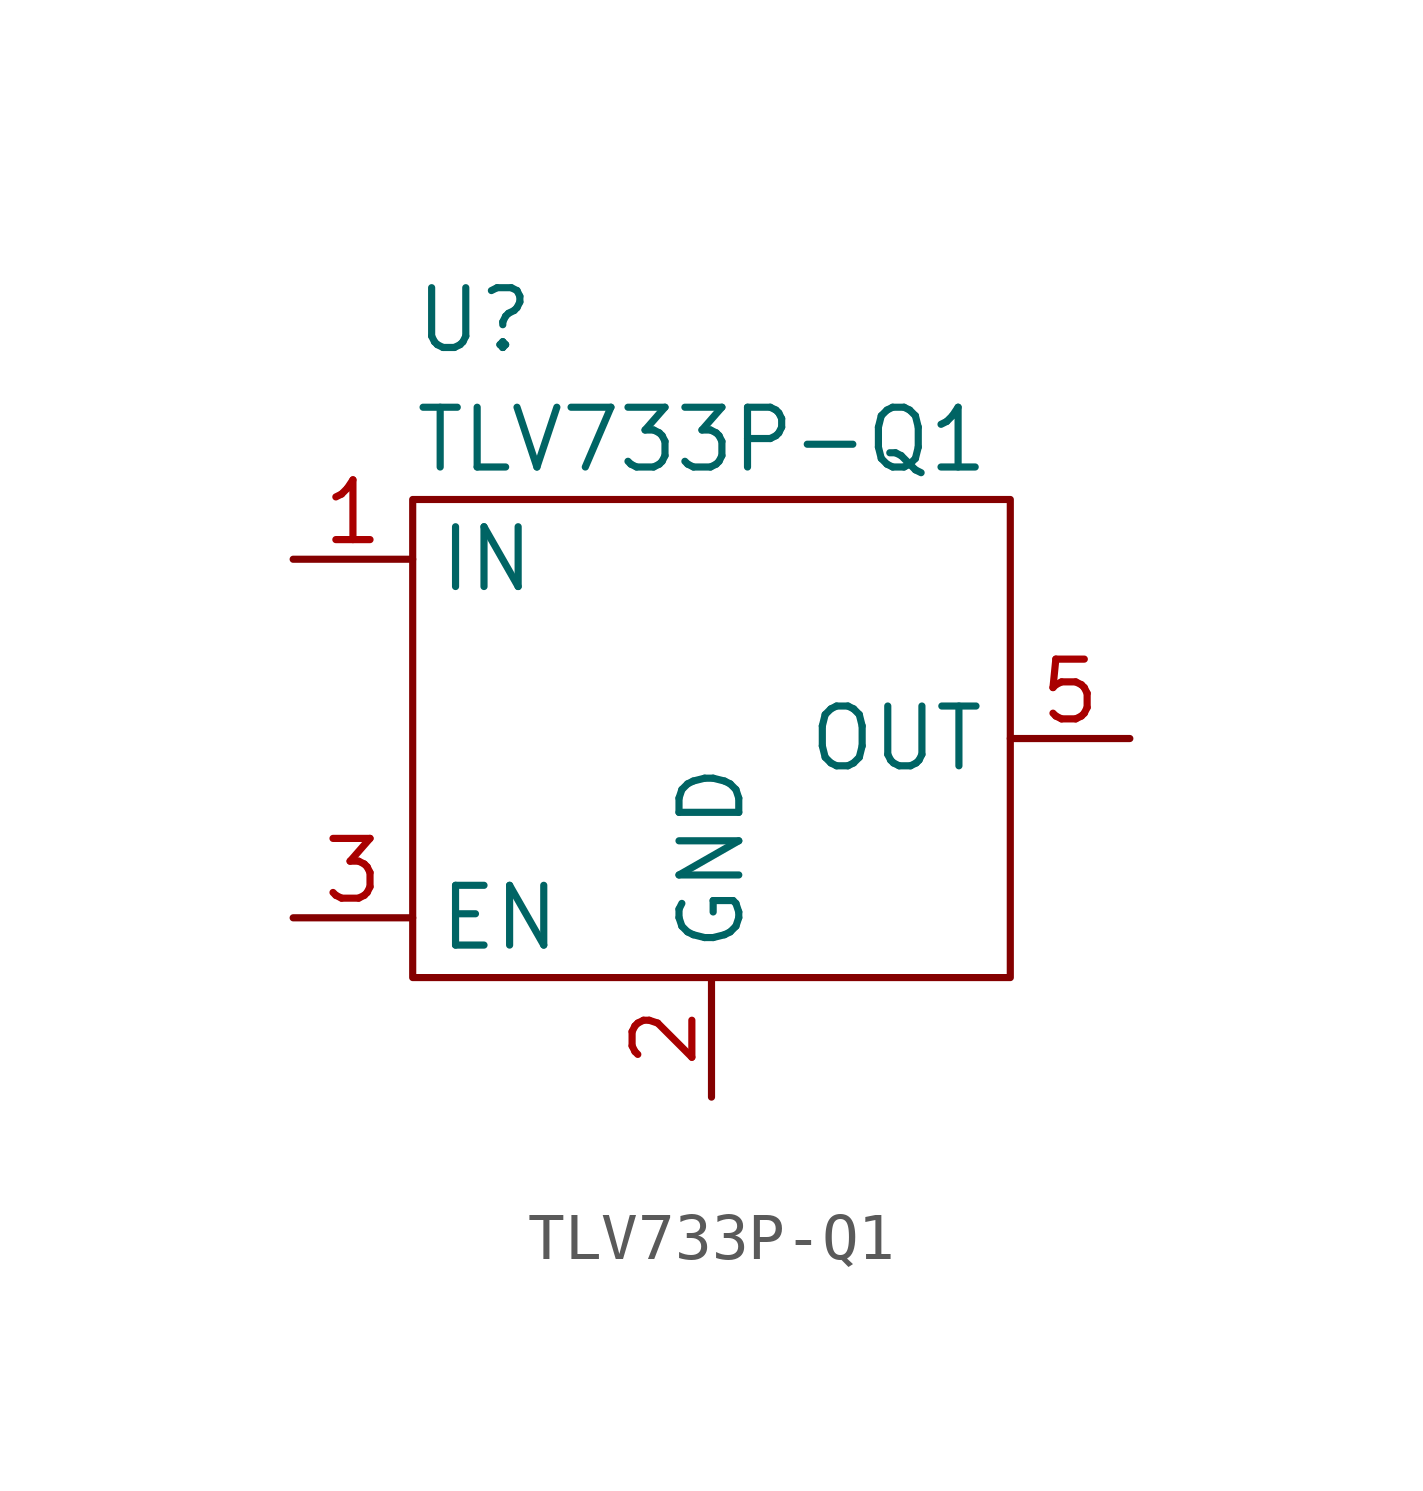
<source format=kicad_sym>
(kicad_symbol_lib
  (version 20211014)
  (generator kicad_symbol_editor)
  (symbol "TLV733P-Q1"
    (property "Reference" "U"
      (at -7.62 8.89 0)
      (effects (font (size 1.27 1.27)) (justify left)))
    (property "Value" "TLV733P-Q1"
      (at -7.62 6.35 0)
      (effects (font (size 1.27 1.27)) (justify left)))
    (symbol "TLV733P-Q1_0_1"
      (rectangle (start -7.62 5.08) (end 5.08 -5.08) (stroke (width 0.152) (type default) (color 0 0 0 0)) (fill (type none))))
    (symbol "TLV733P-Q1_1_1"
      (pin input line (at -10.16 3.81 0) (length 2.54) (name "IN" (effects (font (size 1.27 1.27)))) (number "1" (effects (font (size 1.27 1.27)))))
      (pin input line (at -1.27 -7.62 90) (length 2.54) (name "GND" (effects (font (size 1.27 1.27)))) (number "2" (effects (font (size 1.27 1.27)))))
      (pin input line (at -10.16 -3.81 0) (length 2.54) (name "EN" (effects (font (size 1.27 1.27)))) (number "3" (effects (font (size 1.27 1.27)))))
      (pin no_connect line (at -10.16 0 0) (length 2.54) hide (name "NC" (effects (font (size 1.27 1.27)))) (number "4" (effects (font (size 1.27 1.27)))))
      (pin input line (at 7.62 0 180) (length 2.54) (name "OUT" (effects (font (size 1.27 1.27)))) (number "5" (effects (font (size 1.27 1.27))))))))
</source>
